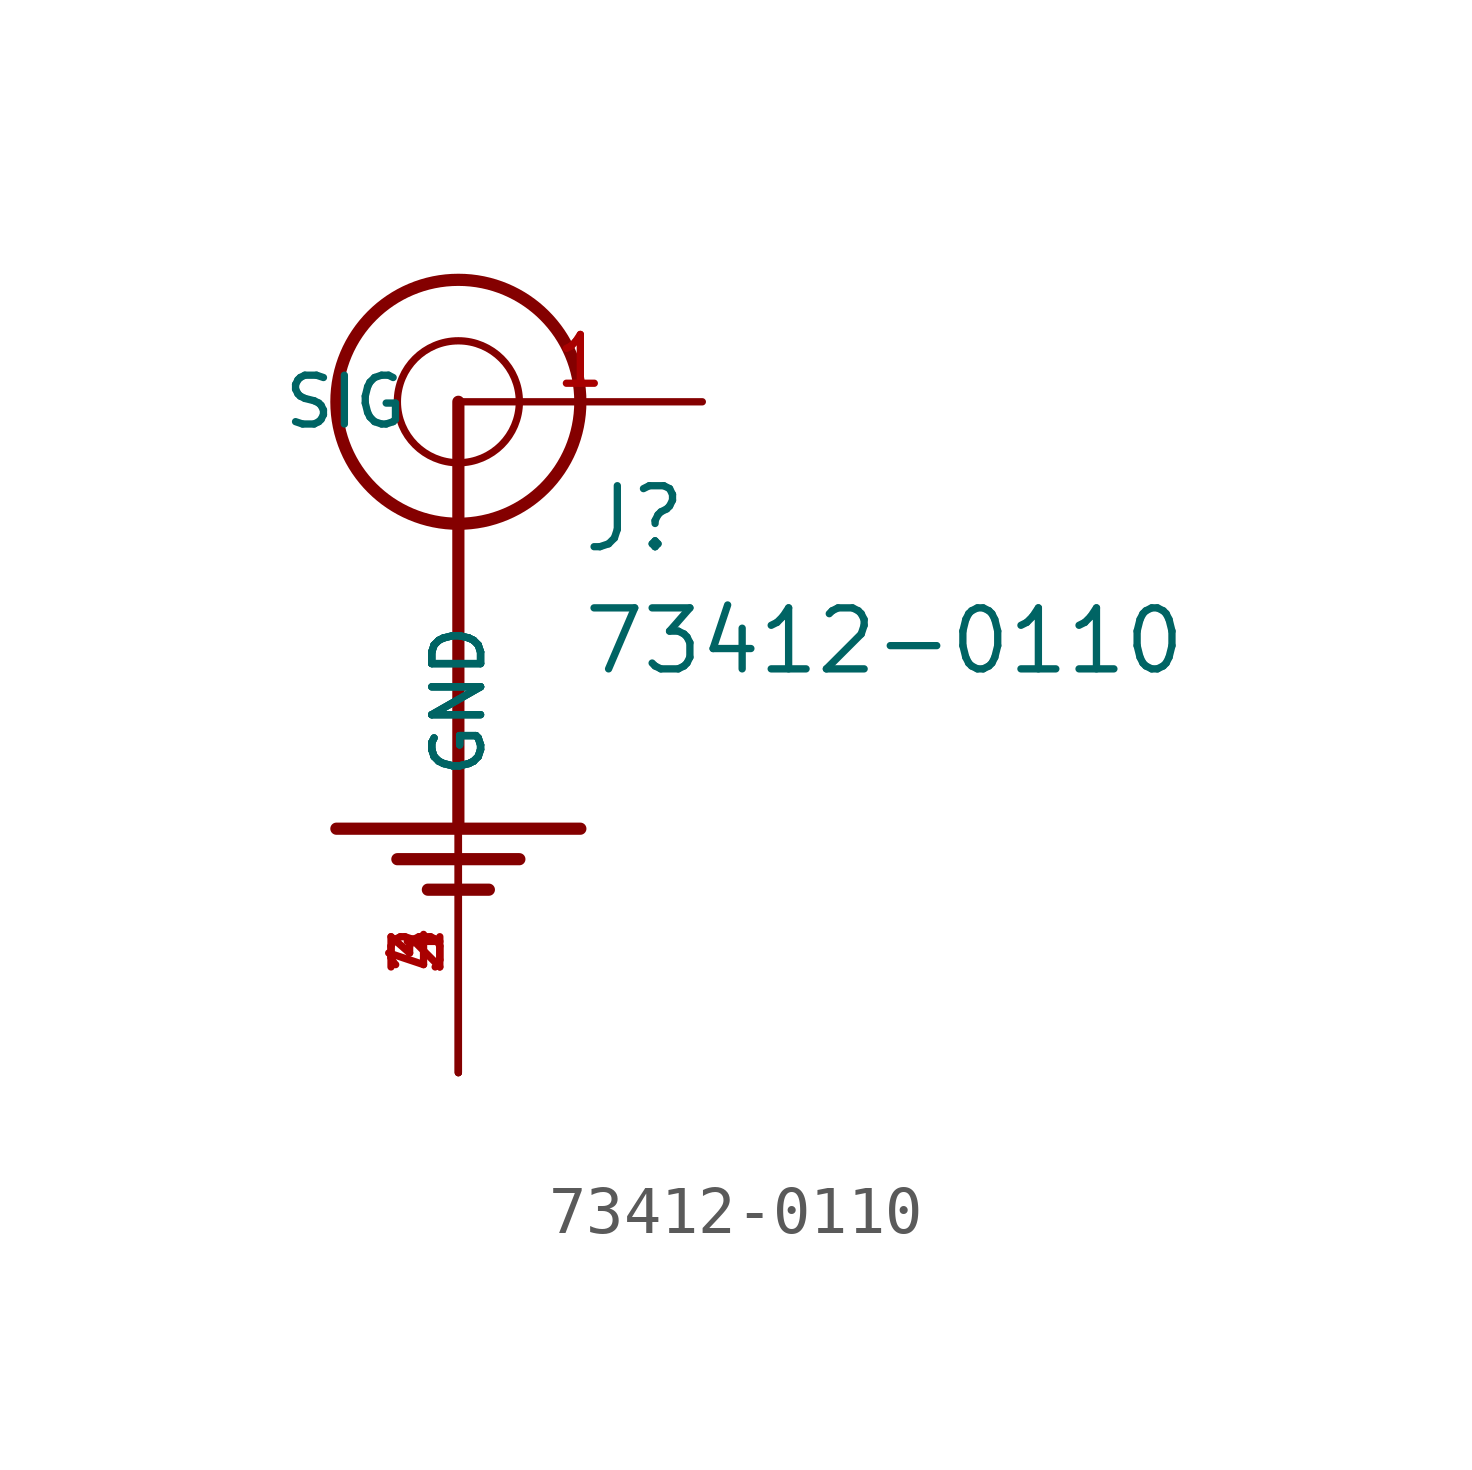
<source format=kicad_sym>
(kicad_symbol_lib
  (version 20211014)
  (generator kicad_symbol_editor)
  (symbol "73412-0110"
    (pin_names
      (offset 1.016))
    (property "Reference" "J"
      (at 2.545 -3.181 0)
      (effects (font (size 1.27 1.27)) (justify bottom left)))
    (property "Value" "73412-0110"
      (at 2.544 -5.725 0)
      (effects (font (size 1.27 1.27)) (justify bottom left)))
    (symbol "73412-0110_0_0"
      (circle (center 0.0 0.0) (radius 2.54) (stroke (width 0.254)) (fill (type none)))
      (circle (center 0.0 0.0) (radius 1.27) (stroke (width 0.0)) (fill (type none)))
      (polyline (pts (xy 0.0 0.0) (xy 0.0 -8.89)) (stroke (width 0.254)))
      (polyline (pts (xy -2.54 -8.89) (xy 2.54 -8.89)) (stroke (width 0.254)))
      (polyline (pts (xy -1.27 -9.525) (xy 1.27 -9.525)) (stroke (width 0.254)))
      (polyline (pts (xy -0.635 -10.16) (xy 0.635 -10.16)) (stroke (width 0.254)))
      (pin passive line (at 5.08 0.0 180.0) (length 5.08) (name "SIG" (effects (font (size 1.016 1.016)))) (number "1" (effects (font (size 1.016 1.016)))))
      (pin passive line (at 0.0 -13.97 90.0) (length 5.08) (name "GND" (effects (font (size 1.016 1.016)))) (number "2" (effects (font (size 1.016 1.016)))))
      (pin passive line (at 0.0 -13.97 90.0) (length 5.08) (name "GND" (effects (font (size 1.016 1.016)))) (number "3" (effects (font (size 1.016 1.016)))))
      (pin passive line (at 0.0 -13.97 90.0) (length 5.08) (name "GND" (effects (font (size 1.016 1.016)))) (number "4" (effects (font (size 1.016 1.016))))))))
</source>
